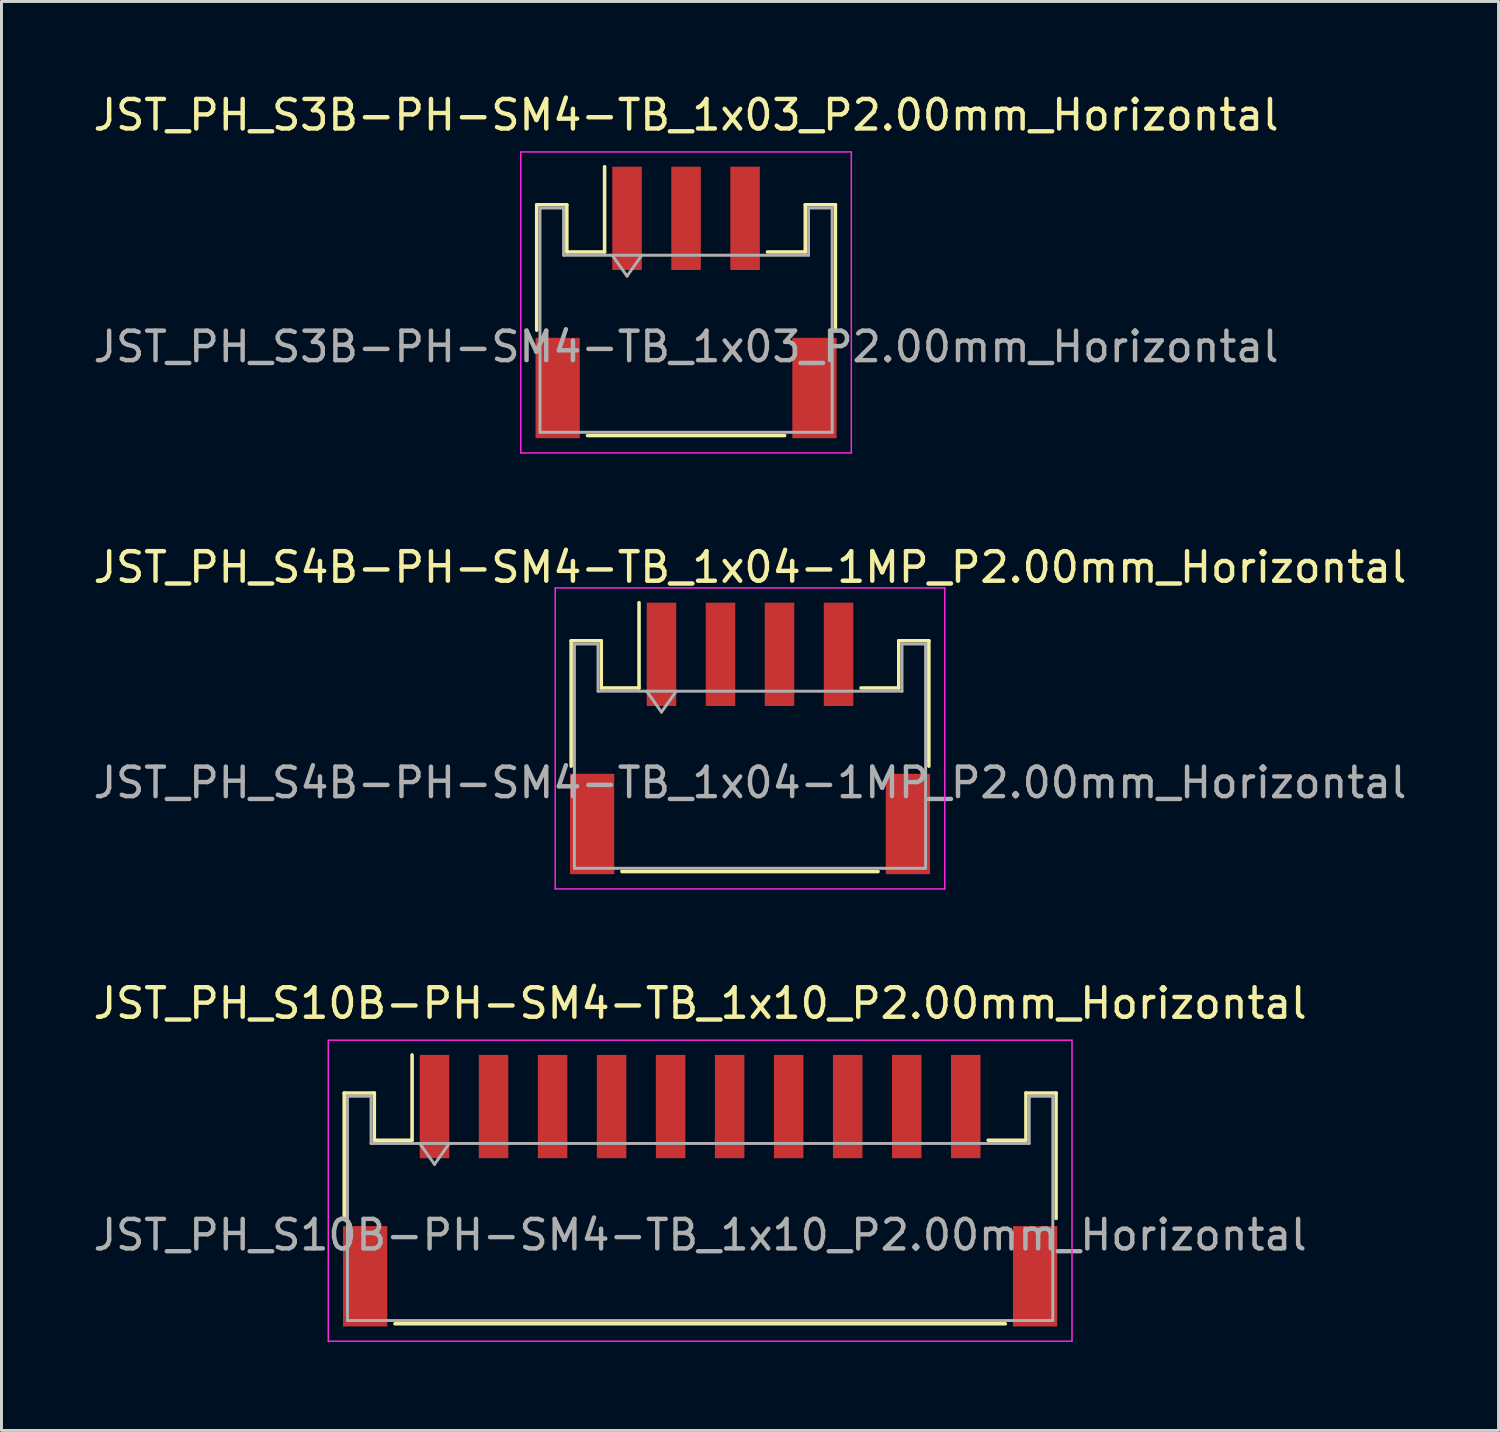
<source format=kicad_pcb>
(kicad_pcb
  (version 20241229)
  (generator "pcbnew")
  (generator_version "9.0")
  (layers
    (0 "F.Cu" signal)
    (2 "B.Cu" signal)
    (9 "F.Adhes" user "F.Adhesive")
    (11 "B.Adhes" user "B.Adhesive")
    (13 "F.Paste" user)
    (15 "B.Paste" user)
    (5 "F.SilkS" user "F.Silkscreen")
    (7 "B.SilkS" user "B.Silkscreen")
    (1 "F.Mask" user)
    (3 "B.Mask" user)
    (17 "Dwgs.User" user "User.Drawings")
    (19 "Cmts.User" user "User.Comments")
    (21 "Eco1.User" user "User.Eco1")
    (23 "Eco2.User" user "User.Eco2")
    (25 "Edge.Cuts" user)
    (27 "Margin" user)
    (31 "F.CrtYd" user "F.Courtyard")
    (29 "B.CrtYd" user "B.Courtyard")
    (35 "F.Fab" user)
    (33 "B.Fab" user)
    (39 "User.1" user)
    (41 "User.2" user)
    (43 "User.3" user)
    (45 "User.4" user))
  (footprint "JST_PH_S4B-PH-SM4-TB_1x04-1MP_P2.00mm_Horizontal"
    (layer "F.Cu")
    (at 22.363 21.971)
    (property "Reference" "JST_PH_S4B-PH-SM4-TB_1x04-1MP_P2.00mm_Horizontal" (at 0 -5.8 0) (layer "F.SilkS") (effects (font (size 1 1) (thickness 0.15))))
    (attr smd)
    (fp_line (start -6.06 -3.31) (end -5.04 -3.31) (stroke (width 0.12) (type solid)) (layer "F.SilkS"))
    (fp_line (start -6.06 0.94) (end -6.06 -3.31) (stroke (width 0.12) (type solid)) (layer "F.SilkS"))
    (fp_line (start -5.04 -3.31) (end -5.04 -1.71) (stroke (width 0.12) (type solid)) (layer "F.SilkS"))
    (fp_line (start -5.04 -1.71) (end -3.76 -1.71) (stroke (width 0.12) (type solid)) (layer "F.SilkS"))
    (fp_line (start -4.34 4.51) (end 4.34 4.51) (stroke (width 0.12) (type solid)) (layer "F.SilkS"))
    (fp_line (start -3.76 -1.71) (end -3.76 -4.6) (stroke (width 0.12) (type solid)) (layer "F.SilkS"))
    (fp_line (start 5.04 -3.31) (end 5.04 -1.71) (stroke (width 0.12) (type solid)) (layer "F.SilkS"))
    (fp_line (start 5.04 -1.71) (end 3.76 -1.71) (stroke (width 0.12) (type solid)) (layer "F.SilkS"))
    (fp_line (start 6.06 -3.31) (end 5.04 -3.31) (stroke (width 0.12) (type solid)) (layer "F.SilkS"))
    (fp_line (start 6.06 0.94) (end 6.06 -3.31) (stroke (width 0.12) (type solid)) (layer "F.SilkS"))
    (fp_line (start -6.6 -5.1) (end -6.6 5.1) (stroke (width 0.05) (type solid)) (layer "F.CrtYd"))
    (fp_line (start -6.6 5.1) (end 6.6 5.1) (stroke (width 0.05) (type solid)) (layer "F.CrtYd"))
    (fp_line (start 6.6 -5.1) (end -6.6 -5.1) (stroke (width 0.05) (type solid)) (layer "F.CrtYd"))
    (fp_line (start 6.6 5.1) (end 6.6 -5.1) (stroke (width 0.05) (type solid)) (layer "F.CrtYd"))
    (fp_line (start -5.95 -3.2) (end -5.95 4.4) (stroke (width 0.1) (type solid)) (layer "F.Fab"))
    (fp_line (start -5.95 -3.2) (end -5.15 -3.2) (stroke (width 0.1) (type solid)) (layer "F.Fab"))
    (fp_line (start -5.95 4.4) (end 5.95 4.4) (stroke (width 0.1) (type solid)) (layer "F.Fab"))
    (fp_line (start -5.15 -3.2) (end -5.15 -1.6) (stroke (width 0.1) (type solid)) (layer "F.Fab"))
    (fp_line (start -5.15 -1.6) (end 5.15 -1.6) (stroke (width 0.1) (type solid)) (layer "F.Fab"))
    (fp_line (start -3.5 -1.6) (end -3 -0.893) (stroke (width 0.1) (type solid)) (layer "F.Fab"))
    (fp_line (start -3 -0.893) (end -2.5 -1.6) (stroke (width 0.1) (type solid)) (layer "F.Fab"))
    (fp_line (start 5.15 -3.2) (end 5.95 -3.2) (stroke (width 0.1) (type solid)) (layer "F.Fab"))
    (fp_line (start 5.15 -1.6) (end 5.15 -3.2) (stroke (width 0.1) (type solid)) (layer "F.Fab"))
    (fp_line (start 5.95 -3.2) (end 5.95 4.4) (stroke (width 0.1) (type solid)) (layer "F.Fab"))
    (fp_text user "${REFERENCE}" (at 0 1.5 0) (layer "F.Fab") (effects (font (size 1 1) (thickness 0.15))))
    (pad "1" smd rect (at -3 -2.85) (size 1 3.5) (layers "F.Cu" "F.Mask" "F.Paste"))
    (pad "2" smd rect (at -1 -2.85) (size 1 3.5) (layers "F.Cu" "F.Mask" "F.Paste"))
    (pad "3" smd rect (at 1 -2.85) (size 1 3.5) (layers "F.Cu" "F.Mask" "F.Paste"))
    (pad "4" smd rect (at 3 -2.85) (size 1 3.5) (layers "F.Cu" "F.Mask" "F.Paste"))
    (pad "MP" smd rect (at -5.35 2.9) (size 1.5 3.4) (layers "F.Cu" "F.Mask" "F.Paste"))
    (pad "MP" smd rect (at 5.35 2.9) (size 1.5 3.4) (layers "F.Cu" "F.Mask" "F.Paste")))
  (footprint "JST_PH_S10B-PH-SM4-TB_1x10_P2.00mm_Horizontal"
    (layer "F.Cu")
    (at 20.673 37.295)
    (property "Reference" "JST_PH_S10B-PH-SM4-TB_1x10_P2.00mm_Horizontal" (at 0 -6.35 0) (layer "F.SilkS") (effects (font (size 1 1) (thickness 0.15))))
    (attr smd)
    (fp_line (start -12.06 -3.31) (end -11.04 -3.31) (stroke (width 0.12) (type solid)) (layer "F.SilkS"))
    (fp_line (start -12.06 0.94) (end -12.06 -3.31) (stroke (width 0.12) (type solid)) (layer "F.SilkS"))
    (fp_line (start -11.04 -3.31) (end -11.04 -1.71) (stroke (width 0.12) (type solid)) (layer "F.SilkS"))
    (fp_line (start -11.04 -1.71) (end -9.76 -1.71) (stroke (width 0.12) (type solid)) (layer "F.SilkS"))
    (fp_line (start -10.34 4.51) (end 10.34 4.51) (stroke (width 0.12) (type solid)) (layer "F.SilkS"))
    (fp_line (start -9.76 -1.71) (end -9.76 -4.6) (stroke (width 0.12) (type solid)) (layer "F.SilkS"))
    (fp_line (start 11.04 -3.31) (end 11.04 -1.71) (stroke (width 0.12) (type solid)) (layer "F.SilkS"))
    (fp_line (start 11.04 -1.71) (end 9.76 -1.71) (stroke (width 0.12) (type solid)) (layer "F.SilkS"))
    (fp_line (start 12.06 -3.31) (end 11.04 -3.31) (stroke (width 0.12) (type solid)) (layer "F.SilkS"))
    (fp_line (start 12.06 0.94) (end 12.06 -3.31) (stroke (width 0.12) (type solid)) (layer "F.SilkS"))
    (fp_line (start -12.6 -5.1) (end -12.6 5.1) (stroke (width 0.05) (type solid)) (layer "F.CrtYd"))
    (fp_line (start -12.6 5.1) (end 12.6 5.1) (stroke (width 0.05) (type solid)) (layer "F.CrtYd"))
    (fp_line (start 12.6 -5.1) (end -12.6 -5.1) (stroke (width 0.05) (type solid)) (layer "F.CrtYd"))
    (fp_line (start 12.6 5.1) (end 12.6 -5.1) (stroke (width 0.05) (type solid)) (layer "F.CrtYd"))
    (fp_line (start -11.95 -3.2) (end -11.95 4.4) (stroke (width 0.1) (type solid)) (layer "F.Fab"))
    (fp_line (start -11.95 -3.2) (end -11.15 -3.2) (stroke (width 0.1) (type solid)) (layer "F.Fab"))
    (fp_line (start -11.95 4.4) (end 11.95 4.4) (stroke (width 0.1) (type solid)) (layer "F.Fab"))
    (fp_line (start -11.15 -3.2) (end -11.15 -1.6) (stroke (width 0.1) (type solid)) (layer "F.Fab"))
    (fp_line (start -11.15 -1.6) (end 11.15 -1.6) (stroke (width 0.1) (type solid)) (layer "F.Fab"))
    (fp_line (start -9.5 -1.6) (end -9 -0.893) (stroke (width 0.1) (type solid)) (layer "F.Fab"))
    (fp_line (start -9 -0.893) (end -8.5 -1.6) (stroke (width 0.1) (type solid)) (layer "F.Fab"))
    (fp_line (start 11.15 -3.2) (end 11.95 -3.2) (stroke (width 0.1) (type solid)) (layer "F.Fab"))
    (fp_line (start 11.15 -1.6) (end 11.15 -3.2) (stroke (width 0.1) (type solid)) (layer "F.Fab"))
    (fp_line (start 11.95 -3.2) (end 11.95 4.4) (stroke (width 0.1) (type solid)) (layer "F.Fab"))
    (fp_text user "${REFERENCE}" (at 0 1.5 0) (layer "F.Fab") (effects (font (size 1 1) (thickness 0.15))))
    (pad "" smd rect (at -11.35 2.9) (size 1.5 3.4) (layers "F.Cu" "F.Mask" "F.Paste"))
    (pad "" smd rect (at 11.35 2.9) (size 1.5 3.4) (layers "F.Cu" "F.Mask" "F.Paste"))
    (pad "1" smd rect (at -9 -2.85) (size 1 3.5) (layers "F.Cu" "F.Mask" "F.Paste"))
    (pad "2" smd rect (at -7 -2.85) (size 1 3.5) (layers "F.Cu" "F.Mask" "F.Paste"))
    (pad "3" smd rect (at -5 -2.85) (size 1 3.5) (layers "F.Cu" "F.Mask" "F.Paste"))
    (pad "4" smd rect (at -3 -2.85) (size 1 3.5) (layers "F.Cu" "F.Mask" "F.Paste"))
    (pad "5" smd rect (at -1 -2.85) (size 1 3.5) (layers "F.Cu" "F.Mask" "F.Paste"))
    (pad "6" smd rect (at 1 -2.85) (size 1 3.5) (layers "F.Cu" "F.Mask" "F.Paste"))
    (pad "7" smd rect (at 3 -2.85) (size 1 3.5) (layers "F.Cu" "F.Mask" "F.Paste"))
    (pad "8" smd rect (at 5 -2.85) (size 1 3.5) (layers "F.Cu" "F.Mask" "F.Paste"))
    (pad "9" smd rect (at 7 -2.85) (size 1 3.5) (layers "F.Cu" "F.Mask" "F.Paste"))
    (pad "10" smd rect (at 9 -2.85) (size 1 3.5) (layers "F.Cu" "F.Mask" "F.Paste")))
  (footprint "JST_PH_S3B-PH-SM4-TB_1x03_P2.00mm_Horizontal"
    (layer "F.Cu")
    (at 20.196 7.198)
    (property "Reference" "JST_PH_S3B-PH-SM4-TB_1x03_P2.00mm_Horizontal" (at 0 -6.35 0) (layer "F.SilkS") (effects (font (size 1 1) (thickness 0.15))))
    (attr smd)
    (fp_line (start -5.06 -3.31) (end -4.04 -3.31) (stroke (width 0.12) (type solid)) (layer "F.SilkS"))
    (fp_line (start -5.06 0.94) (end -5.06 -3.31) (stroke (width 0.12) (type solid)) (layer "F.SilkS"))
    (fp_line (start -4.04 -3.31) (end -4.04 -1.71) (stroke (width 0.12) (type solid)) (layer "F.SilkS"))
    (fp_line (start -4.04 -1.71) (end -2.76 -1.71) (stroke (width 0.12) (type solid)) (layer "F.SilkS"))
    (fp_line (start -3.34 4.51) (end 3.34 4.51) (stroke (width 0.12) (type solid)) (layer "F.SilkS"))
    (fp_line (start -2.76 -1.71) (end -2.76 -4.6) (stroke (width 0.12) (type solid)) (layer "F.SilkS"))
    (fp_line (start 4.04 -3.31) (end 4.04 -1.71) (stroke (width 0.12) (type solid)) (layer "F.SilkS"))
    (fp_line (start 4.04 -1.71) (end 2.76 -1.71) (stroke (width 0.12) (type solid)) (layer "F.SilkS"))
    (fp_line (start 5.06 -3.31) (end 4.04 -3.31) (stroke (width 0.12) (type solid)) (layer "F.SilkS"))
    (fp_line (start 5.06 0.94) (end 5.06 -3.31) (stroke (width 0.12) (type solid)) (layer "F.SilkS"))
    (fp_line (start -5.6 -5.1) (end -5.6 5.1) (stroke (width 0.05) (type solid)) (layer "F.CrtYd"))
    (fp_line (start -5.6 5.1) (end 5.6 5.1) (stroke (width 0.05) (type solid)) (layer "F.CrtYd"))
    (fp_line (start 5.6 -5.1) (end -5.6 -5.1) (stroke (width 0.05) (type solid)) (layer "F.CrtYd"))
    (fp_line (start 5.6 5.1) (end 5.6 -5.1) (stroke (width 0.05) (type solid)) (layer "F.CrtYd"))
    (fp_line (start -4.95 -3.2) (end -4.95 4.4) (stroke (width 0.1) (type solid)) (layer "F.Fab"))
    (fp_line (start -4.95 -3.2) (end -4.15 -3.2) (stroke (width 0.1) (type solid)) (layer "F.Fab"))
    (fp_line (start -4.95 4.4) (end 4.95 4.4) (stroke (width 0.1) (type solid)) (layer "F.Fab"))
    (fp_line (start -4.15 -3.2) (end -4.15 -1.6) (stroke (width 0.1) (type solid)) (layer "F.Fab"))
    (fp_line (start -4.15 -1.6) (end 4.15 -1.6) (stroke (width 0.1) (type solid)) (layer "F.Fab"))
    (fp_line (start -2.5 -1.6) (end -2 -0.893) (stroke (width 0.1) (type solid)) (layer "F.Fab"))
    (fp_line (start -2 -0.893) (end -1.5 -1.6) (stroke (width 0.1) (type solid)) (layer "F.Fab"))
    (fp_line (start 4.15 -3.2) (end 4.95 -3.2) (stroke (width 0.1) (type solid)) (layer "F.Fab"))
    (fp_line (start 4.15 -1.6) (end 4.15 -3.2) (stroke (width 0.1) (type solid)) (layer "F.Fab"))
    (fp_line (start 4.95 -3.2) (end 4.95 4.4) (stroke (width 0.1) (type solid)) (layer "F.Fab"))
    (fp_text user "${REFERENCE}" (at 0 1.5 0) (layer "F.Fab") (effects (font (size 1 1) (thickness 0.15))))
    (pad "" smd rect (at -4.35 2.9) (size 1.5 3.4) (layers "F.Cu" "F.Mask" "F.Paste"))
    (pad "" smd rect (at 4.35 2.9) (size 1.5 3.4) (layers "F.Cu" "F.Mask" "F.Paste"))
    (pad "1" smd rect (at -2 -2.85) (size 1 3.5) (layers "F.Cu" "F.Mask" "F.Paste"))
    (pad "2" smd rect (at 0 -2.85) (size 1 3.5) (layers "F.Cu" "F.Mask" "F.Paste"))
    (pad "3" smd rect (at 2 -2.85) (size 1 3.5) (layers "F.Cu" "F.Mask" "F.Paste")))
  (gr_rect
    (start -3 -3)
    (end 47.726 45.42)
    (stroke (width 0.1) (type default))
    (fill no)
    (layer "Edge.Cuts")))
</source>
